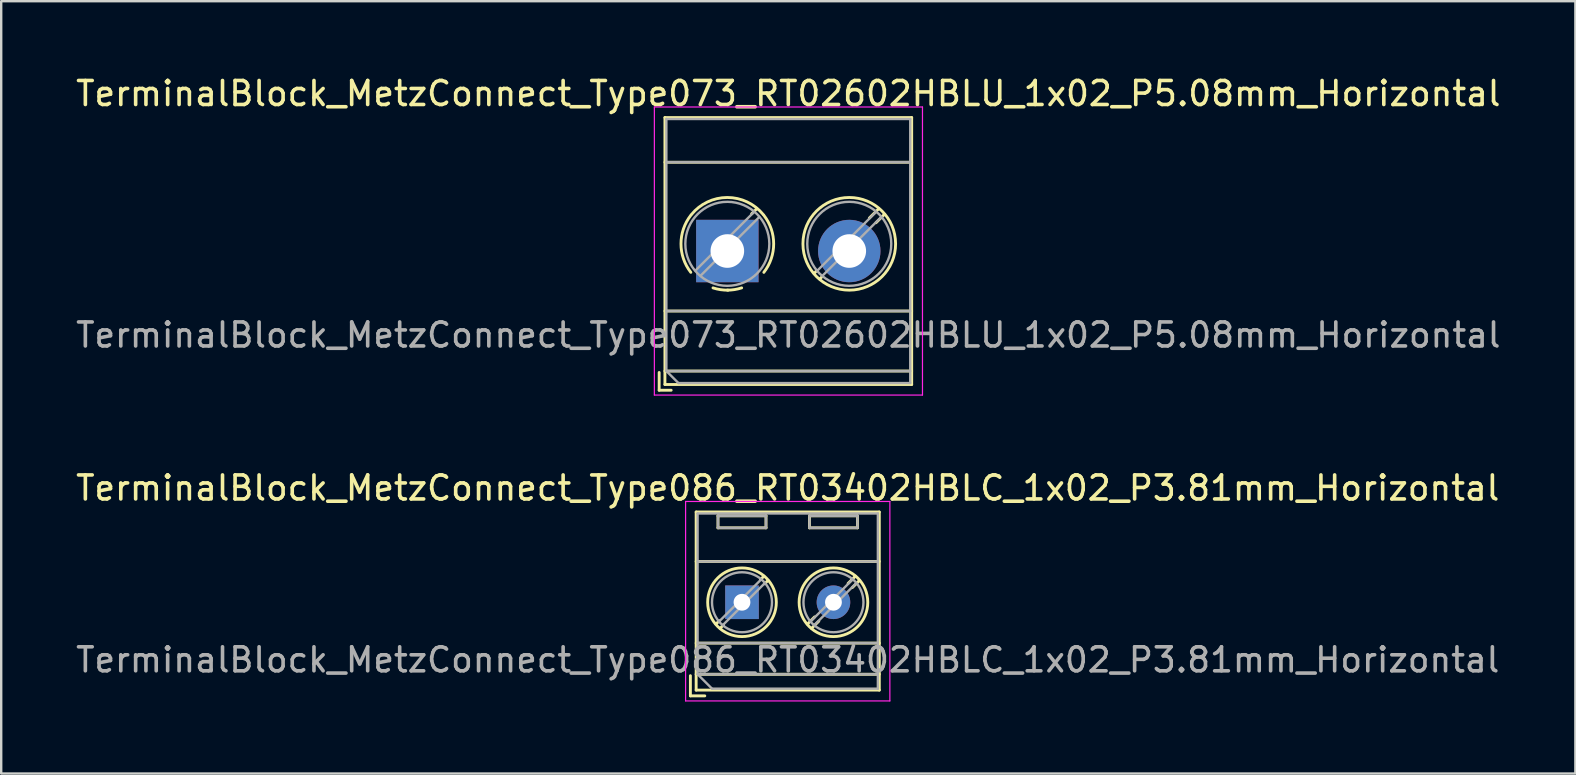
<source format=kicad_pcb>
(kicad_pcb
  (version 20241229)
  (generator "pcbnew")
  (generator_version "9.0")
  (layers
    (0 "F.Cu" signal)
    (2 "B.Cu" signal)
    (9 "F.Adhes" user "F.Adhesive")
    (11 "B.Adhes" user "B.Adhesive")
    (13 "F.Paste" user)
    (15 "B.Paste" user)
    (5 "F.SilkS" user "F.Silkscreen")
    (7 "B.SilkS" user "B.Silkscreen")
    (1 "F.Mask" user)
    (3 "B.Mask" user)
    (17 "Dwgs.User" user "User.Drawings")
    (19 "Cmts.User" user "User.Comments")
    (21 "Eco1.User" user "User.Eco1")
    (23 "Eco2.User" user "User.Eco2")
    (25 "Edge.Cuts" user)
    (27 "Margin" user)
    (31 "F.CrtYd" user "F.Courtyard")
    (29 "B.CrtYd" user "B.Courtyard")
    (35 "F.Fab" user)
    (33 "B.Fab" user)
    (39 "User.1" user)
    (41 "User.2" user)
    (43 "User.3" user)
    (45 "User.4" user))
  (footprint "TerminalBlock_MetzConnect_Type086_RT03402HBLC_1x02_P3.81mm_Horizontal"
    (layer "F.Cu")
    (at 27.863 22.041)
    (property "Reference" "TerminalBlock_MetzConnect_Type086_RT03402HBLC_1x02_P3.81mm_Horizontal" (at 1.905 -4.76 0) (layer "F.SilkS") (effects (font (size 1 1) (thickness 0.15))))
    (attr through_hole)
    (fp_line (start -2.15 3.06) (end -2.15 3.9) (stroke (width 0.12) (type solid)) (layer "F.SilkS"))
    (fp_line (start -2.15 3.9) (end -1.55 3.9) (stroke (width 0.12) (type solid)) (layer "F.SilkS"))
    (fp_line (start -1.91 -3.76) (end -1.91 3.66) (stroke (width 0.12) (type solid)) (layer "F.SilkS"))
    (fp_line (start -1.91 -3.76) (end 5.72 -3.76) (stroke (width 0.12) (type solid)) (layer "F.SilkS"))
    (fp_line (start -1.91 -1.7) (end 5.72 -1.7) (stroke (width 0.12) (type solid)) (layer "F.SilkS"))
    (fp_line (start -1.91 1.701) (end 5.72 1.701) (stroke (width 0.12) (type solid)) (layer "F.SilkS"))
    (fp_line (start -1.91 3) (end 5.72 3) (stroke (width 0.12) (type solid)) (layer "F.SilkS"))
    (fp_line (start -1.91 3.66) (end 5.72 3.66) (stroke (width 0.12) (type solid)) (layer "F.SilkS"))
    (fp_line (start -1 -3.6) (end -1 -3.1) (stroke (width 0.12) (type solid)) (layer "F.SilkS"))
    (fp_line (start -1 -3.6) (end 1 -3.6) (stroke (width 0.12) (type solid)) (layer "F.SilkS"))
    (fp_line (start -1 -3.1) (end 1 -3.1) (stroke (width 0.12) (type solid)) (layer "F.SilkS"))
    (fp_line (start -0.946 0.771) (end -1.085 0.91) (stroke (width 0.12) (type solid)) (layer "F.SilkS"))
    (fp_line (start -0.771 0.945) (end -0.911 1.085) (stroke (width 0.12) (type solid)) (layer "F.SilkS"))
    (fp_line (start 0.911 -1.085) (end 0.771 -0.945) (stroke (width 0.12) (type solid)) (layer "F.SilkS"))
    (fp_line (start 1 -3.6) (end 1 -3.1) (stroke (width 0.12) (type solid)) (layer "F.SilkS"))
    (fp_line (start 1.085 -0.91) (end 0.945 -0.771) (stroke (width 0.12) (type solid)) (layer "F.SilkS"))
    (fp_line (start 2.81 -3.6) (end 2.81 -3.1) (stroke (width 0.12) (type solid)) (layer "F.SilkS"))
    (fp_line (start 2.81 -3.6) (end 4.81 -3.6) (stroke (width 0.12) (type solid)) (layer "F.SilkS"))
    (fp_line (start 2.81 -3.1) (end 4.81 -3.1) (stroke (width 0.12) (type solid)) (layer "F.SilkS"))
    (fp_line (start 3.025 0.611) (end 2.726 0.91) (stroke (width 0.12) (type solid)) (layer "F.SilkS"))
    (fp_line (start 3.2 0.786) (end 2.9 1.085) (stroke (width 0.12) (type solid)) (layer "F.SilkS"))
    (fp_line (start 4.721 -1.085) (end 4.421 -0.786) (stroke (width 0.12) (type solid)) (layer "F.SilkS"))
    (fp_line (start 4.81 -3.6) (end 4.81 -3.1) (stroke (width 0.12) (type solid)) (layer "F.SilkS"))
    (fp_line (start 4.895 -0.91) (end 4.596 -0.611) (stroke (width 0.12) (type solid)) (layer "F.SilkS"))
    (fp_line (start 5.72 -3.76) (end 5.72 3.66) (stroke (width 0.12) (type solid)) (layer "F.SilkS"))
    (fp_circle (center 0 0) (end 1.43 0) (stroke (width 0.12) (type solid)) (fill no) (layer "F.SilkS"))
    (fp_circle (center 3.81 0) (end 5.24 0) (stroke (width 0.12) (type solid)) (fill no) (layer "F.SilkS"))
    (fp_line (start -2.35 -4.2) (end -2.35 4.11) (stroke (width 0.05) (type solid)) (layer "F.CrtYd"))
    (fp_line (start -2.35 4.11) (end 6.16 4.11) (stroke (width 0.05) (type solid)) (layer "F.CrtYd"))
    (fp_line (start 6.16 -4.2) (end -2.35 -4.2) (stroke (width 0.05) (type solid)) (layer "F.CrtYd"))
    (fp_line (start 6.16 4.11) (end 6.16 -4.2) (stroke (width 0.05) (type solid)) (layer "F.CrtYd"))
    (fp_line (start -1.85 -3.7) (end 5.66 -3.7) (stroke (width 0.1) (type solid)) (layer "F.Fab"))
    (fp_line (start -1.85 -1.7) (end 5.66 -1.7) (stroke (width 0.1) (type solid)) (layer "F.Fab"))
    (fp_line (start -1.85 1.7) (end 5.66 1.7) (stroke (width 0.1) (type solid)) (layer "F.Fab"))
    (fp_line (start -1.85 3) (end -1.85 -3.7) (stroke (width 0.1) (type solid)) (layer "F.Fab"))
    (fp_line (start -1.85 3) (end 5.66 3) (stroke (width 0.1) (type solid)) (layer "F.Fab"))
    (fp_line (start -1.25 3.6) (end -1.85 3) (stroke (width 0.1) (type solid)) (layer "F.Fab"))
    (fp_line (start -1 -3.6) (end -1 -3.1) (stroke (width 0.1) (type solid)) (layer "F.Fab"))
    (fp_line (start -1 -3.1) (end 1 -3.1) (stroke (width 0.1) (type solid)) (layer "F.Fab"))
    (fp_line (start 0.796 -0.948) (end -0.949 0.796) (stroke (width 0.1) (type solid)) (layer "F.Fab"))
    (fp_line (start 0.949 -0.796) (end -0.796 0.948) (stroke (width 0.1) (type solid)) (layer "F.Fab"))
    (fp_line (start 1 -3.6) (end -1 -3.6) (stroke (width 0.1) (type solid)) (layer "F.Fab"))
    (fp_line (start 1 -3.1) (end 1 -3.6) (stroke (width 0.1) (type solid)) (layer "F.Fab"))
    (fp_line (start 2.81 -3.6) (end 2.81 -3.1) (stroke (width 0.1) (type solid)) (layer "F.Fab"))
    (fp_line (start 2.81 -3.1) (end 4.81 -3.1) (stroke (width 0.1) (type solid)) (layer "F.Fab"))
    (fp_line (start 4.606 -0.948) (end 2.862 0.796) (stroke (width 0.1) (type solid)) (layer "F.Fab"))
    (fp_line (start 4.759 -0.796) (end 3.015 0.948) (stroke (width 0.1) (type solid)) (layer "F.Fab"))
    (fp_line (start 4.81 -3.6) (end 2.81 -3.6) (stroke (width 0.1) (type solid)) (layer "F.Fab"))
    (fp_line (start 4.81 -3.1) (end 4.81 -3.6) (stroke (width 0.1) (type solid)) (layer "F.Fab"))
    (fp_line (start 5.66 -3.7) (end 5.66 3.6) (stroke (width 0.1) (type solid)) (layer "F.Fab"))
    (fp_line (start 5.66 3.6) (end -1.25 3.6) (stroke (width 0.1) (type solid)) (layer "F.Fab"))
    (fp_circle (center 0 0) (end 1.25 0) (stroke (width 0.1) (type solid)) (fill no) (layer "F.Fab"))
    (fp_circle (center 3.81 0) (end 5.06 0) (stroke (width 0.1) (type solid)) (fill no) (layer "F.Fab"))
    (fp_text user "${REFERENCE}" (at 1.905 2.4 0) (layer "F.Fab") (effects (font (size 1 1) (thickness 0.15))))
    (pad "1" thru_hole rect (at 0 0) (size 1.4 1.4) (drill 0.7) (layers "*.Cu" "*.Mask"))
    (pad "2" thru_hole circle (at 3.81 0) (size 1.4 1.4) (drill 0.7) (layers "*.Cu" "*.Mask")))
  (footprint "TerminalBlock_MetzConnect_Type073_RT02602HBLU_1x02_P5.08mm_Horizontal"
    (layer "F.Cu")
    (at 27.252 7.408)
    (property "Reference" "TerminalBlock_MetzConnect_Type073_RT02602HBLU_1x02_P5.08mm_Horizontal" (at 2.54 -6.56 0) (layer "F.SilkS") (effects (font (size 1 1) (thickness 0.15))))
    (attr through_hole)
    (fp_line (start -2.84 5.06) (end -2.84 5.8) (stroke (width 0.12) (type solid)) (layer "F.SilkS"))
    (fp_line (start -2.84 5.8) (end -2.34 5.8) (stroke (width 0.12) (type solid)) (layer "F.SilkS"))
    (fp_line (start -2.6 -5.56) (end -2.6 5.56) (stroke (width 0.12) (type solid)) (layer "F.SilkS"))
    (fp_line (start -2.6 -5.56) (end 7.68 -5.56) (stroke (width 0.12) (type solid)) (layer "F.SilkS"))
    (fp_line (start -2.6 -3.7) (end 7.68 -3.7) (stroke (width 0.12) (type solid)) (layer "F.SilkS"))
    (fp_line (start -2.6 2.5) (end 7.68 2.5) (stroke (width 0.12) (type solid)) (layer "F.SilkS"))
    (fp_line (start -2.6 5) (end 7.68 5) (stroke (width 0.12) (type solid)) (layer "F.SilkS"))
    (fp_line (start -2.6 5.56) (end 7.68 5.56) (stroke (width 0.12) (type solid)) (layer "F.SilkS"))
    (fp_line (start 1.229 -1.764) (end 1.013 -1.549) (stroke (width 0.12) (type solid)) (layer "F.SilkS"))
    (fp_line (start 3.724 0.821) (end 3.617 0.928) (stroke (width 0.12) (type solid)) (layer "F.SilkS"))
    (fp_line (start 3.933 1.083) (end 3.852 1.164) (stroke (width 0.12) (type solid)) (layer "F.SilkS"))
    (fp_line (start 6.309 -1.764) (end 5.918 -1.374) (stroke (width 0.12) (type solid)) (layer "F.SilkS"))
    (fp_line (start 6.544 -1.529) (end 6.194 -1.179) (stroke (width 0.12) (type solid)) (layer "F.SilkS"))
    (fp_line (start 7.68 -5.56) (end 7.68 5.56) (stroke (width 0.12) (type solid)) (layer "F.SilkS"))
    (fp_arc (start -1.521645 0.888175) (mid -1.930586 -0.300524) (end -1.521 -1.489) (stroke (width 0.12) (type solid)) (layer "F.SilkS"))
    (fp_arc (start -1.500317 -1.514609) (mid -0.000252 -2.230344) (end 1.5 -1.515) (stroke (width 0.12) (type solid)) (layer "F.SilkS"))
    (fp_arc (start 0.033269 1.630336) (mid -0.285785 1.609354) (end -0.597 1.536) (stroke (width 0.12) (type solid)) (layer "F.SilkS"))
    (fp_arc (start 0.596403 1.535539) (mid 0.301919 1.606238) (end 0 1.63) (stroke (width 0.12) (type solid)) (layer "F.SilkS"))
    (fp_arc (start 1.521645 -1.488175) (mid 1.930586 -0.299476) (end 1.521 0.889) (stroke (width 0.12) (type solid)) (layer "F.SilkS"))
    (fp_arc (start 5.08 1.63) (mid 5.08 -2.23) (end 5.08 1.63) (stroke (width 0.12) (type solid)) (layer "F.SilkS"))
    (fp_line (start -3.04 -6) (end -3.04 6) (stroke (width 0.05) (type solid)) (layer "F.CrtYd"))
    (fp_line (start -3.04 6) (end 8.13 6) (stroke (width 0.05) (type solid)) (layer "F.CrtYd"))
    (fp_line (start 8.13 -6) (end -3.04 -6) (stroke (width 0.05) (type solid)) (layer "F.CrtYd"))
    (fp_line (start 8.13 6) (end 8.13 -6) (stroke (width 0.05) (type solid)) (layer "F.CrtYd"))
    (fp_line (start -2.54 -5.5) (end 7.62 -5.5) (stroke (width 0.1) (type solid)) (layer "F.Fab"))
    (fp_line (start -2.54 -3.7) (end 7.62 -3.7) (stroke (width 0.1) (type solid)) (layer "F.Fab"))
    (fp_line (start -2.54 2.5) (end 7.62 2.5) (stroke (width 0.1) (type solid)) (layer "F.Fab"))
    (fp_line (start -2.54 5) (end -2.54 -5.5) (stroke (width 0.1) (type solid)) (layer "F.Fab"))
    (fp_line (start -2.54 5) (end 7.62 5) (stroke (width 0.1) (type solid)) (layer "F.Fab"))
    (fp_line (start -2.04 5.5) (end -2.54 5) (stroke (width 0.1) (type solid)) (layer "F.Fab"))
    (fp_line (start 1.114 -1.628) (end -1.328 0.814) (stroke (width 0.1) (type solid)) (layer "F.Fab"))
    (fp_line (start 1.328 -1.414) (end -1.114 1.027) (stroke (width 0.1) (type solid)) (layer "F.Fab"))
    (fp_line (start 6.194 -1.628) (end 3.753 0.814) (stroke (width 0.1) (type solid)) (layer "F.Fab"))
    (fp_line (start 6.408 -1.414) (end 3.967 1.027) (stroke (width 0.1) (type solid)) (layer "F.Fab"))
    (fp_line (start 7.62 -5.5) (end 7.62 5.5) (stroke (width 0.1) (type solid)) (layer "F.Fab"))
    (fp_line (start 7.62 5.5) (end -2.04 5.5) (stroke (width 0.1) (type solid)) (layer "F.Fab"))
    (fp_circle (center 0 -0.3) (end 1.75 -0.3) (stroke (width 0.1) (type solid)) (fill no) (layer "F.Fab"))
    (fp_circle (center 5.08 -0.3) (end 6.83 -0.3) (stroke (width 0.1) (type solid)) (fill no) (layer "F.Fab"))
    (fp_text user "${REFERENCE}" (at 2.54 3.5 0) (layer "F.Fab") (effects (font (size 1 1) (thickness 0.15))))
    (pad "1" thru_hole rect (at 0 0) (size 2.6 2.6) (drill 1.4) (layers "*.Cu" "*.Mask"))
    (pad "2" thru_hole circle (at 5.08 0) (size 2.6 2.6) (drill 1.4) (layers "*.Cu" "*.Mask")))
  (gr_rect
    (start -3 -3)
    (end 62.583 29.177)
    (stroke (width 0.1) (type default))
    (fill no)
    (layer "Edge.Cuts")))
</source>
